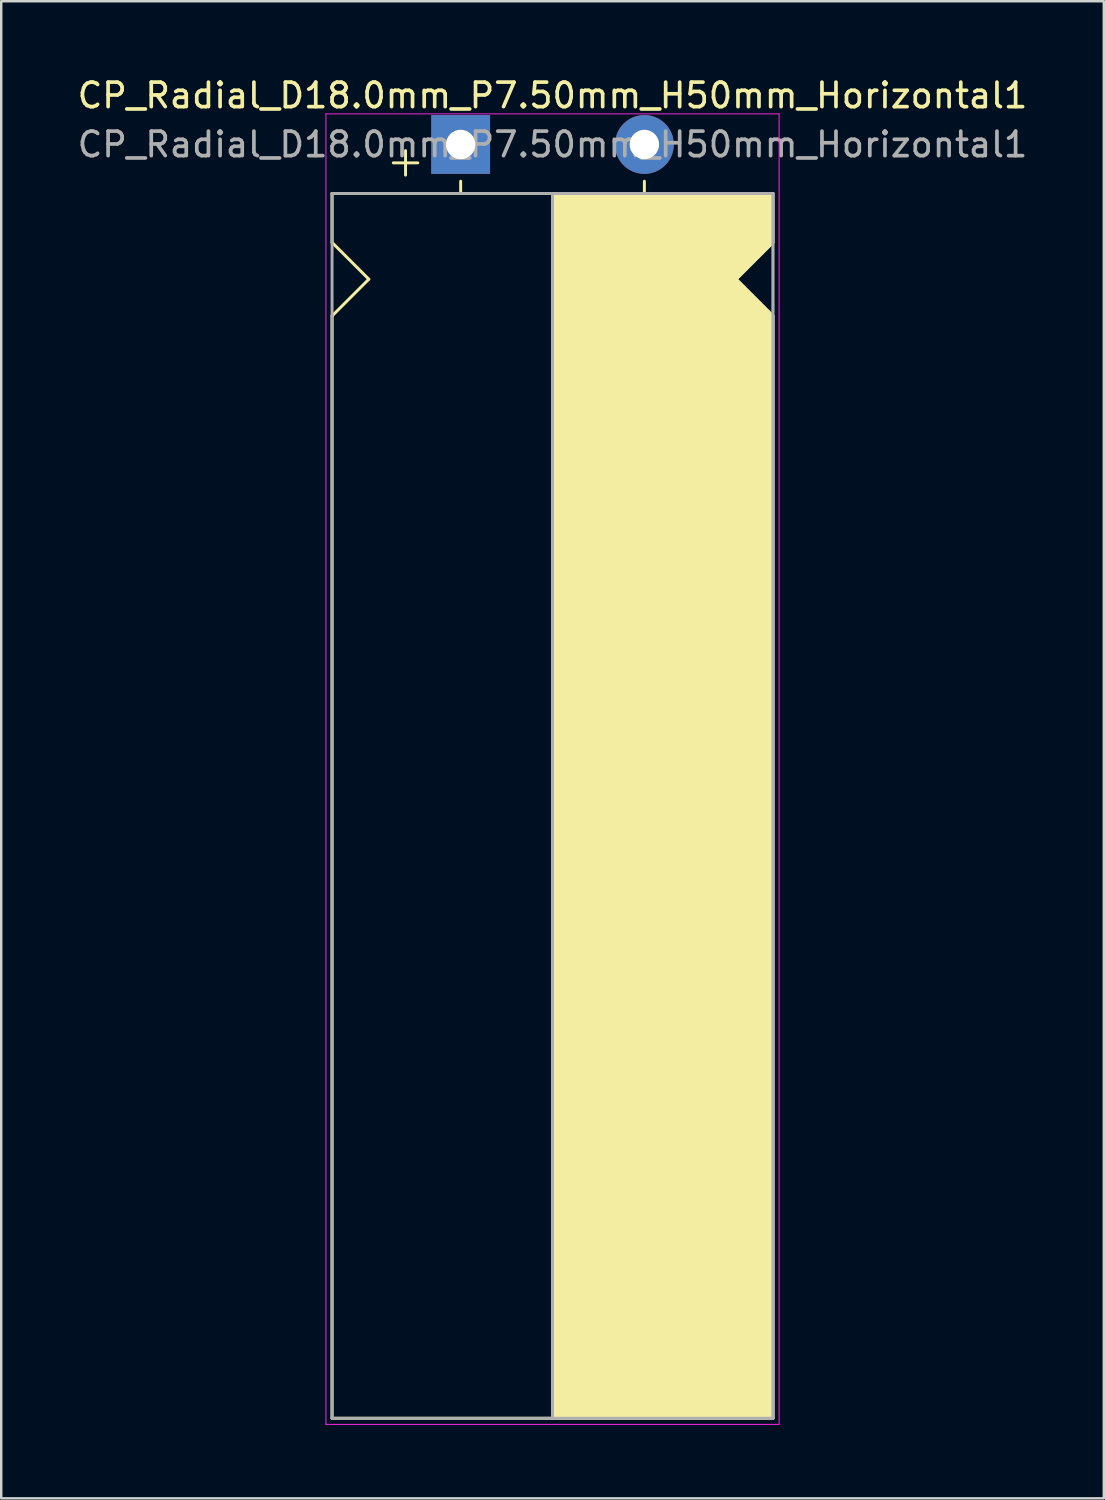
<source format=kicad_pcb>
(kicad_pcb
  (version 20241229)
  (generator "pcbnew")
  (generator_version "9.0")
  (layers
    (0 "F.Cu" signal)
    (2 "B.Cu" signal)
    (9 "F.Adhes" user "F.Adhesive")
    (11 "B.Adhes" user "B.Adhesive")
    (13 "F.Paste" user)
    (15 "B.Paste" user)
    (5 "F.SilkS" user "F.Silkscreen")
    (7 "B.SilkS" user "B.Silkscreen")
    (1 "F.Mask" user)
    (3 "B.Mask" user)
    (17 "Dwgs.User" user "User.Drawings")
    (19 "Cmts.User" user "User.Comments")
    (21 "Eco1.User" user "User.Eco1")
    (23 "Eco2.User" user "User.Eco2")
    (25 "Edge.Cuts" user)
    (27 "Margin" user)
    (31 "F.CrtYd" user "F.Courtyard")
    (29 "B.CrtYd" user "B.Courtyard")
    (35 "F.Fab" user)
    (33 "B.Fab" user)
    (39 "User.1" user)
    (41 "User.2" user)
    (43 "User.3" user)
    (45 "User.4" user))
  (footprint "CP_Radial_D18.0mm_P7.50mm_H50mm_Horizontal1"
    (layer "F.Cu")
    (at 15.756 2.848)
    (property "Reference" "CP_Radial_D18.0mm_P7.50mm_H50mm_Horizontal1" (at 3.75 -2 0) (layer "F.SilkS") (effects (font (size 1 1) (thickness 0.15))))
    (attr through_hole)
    (fp_line (start -5.25 2) (end -5.25 4) (stroke (width 0.12) (type solid)) (layer "F.SilkS"))
    (fp_line (start -5.25 2) (end 12.75 2) (stroke (width 0.12) (type solid)) (layer "F.SilkS"))
    (fp_line (start -5.25 4) (end -3.75 5.5) (stroke (width 0.12) (type solid)) (layer "F.SilkS"))
    (fp_line (start -5.25 7) (end -5.25 52) (stroke (width 0.12) (type solid)) (layer "F.SilkS"))
    (fp_line (start -5.25 7) (end -3.75 5.5) (stroke (width 0.12) (type solid)) (layer "F.SilkS"))
    (fp_line (start -5.25 52) (end 12.75 52) (stroke (width 0.12) (type solid)) (layer "F.SilkS"))
    (fp_line (start -2.25 0.25) (end -2.25 1.25) (stroke (width 0.12) (type solid)) (layer "F.SilkS"))
    (fp_line (start -1.75 0.75) (end -2.75 0.75) (stroke (width 0.12) (type solid)) (layer "F.SilkS"))
    (fp_line (start 0 1.5) (end 0 2) (stroke (width 0.12) (type solid)) (layer "F.SilkS"))
    (fp_line (start 3.75 2) (end 3.75 52) (stroke (width 0.12) (type solid)) (layer "F.SilkS"))
    (fp_line (start 7.5 1.5) (end 7.5 2) (stroke (width 0.12) (type solid)) (layer "F.SilkS"))
    (fp_line (start 12.75 2) (end 12.75 4) (stroke (width 0.12) (type solid)) (layer "F.SilkS"))
    (fp_line (start 12.75 4) (end 11.25 5.5) (stroke (width 0.12) (type solid)) (layer "F.SilkS"))
    (fp_line (start 12.75 7) (end 11.25 5.5) (stroke (width 0.12) (type solid)) (layer "F.SilkS"))
    (fp_line (start 12.75 52) (end 12.75 7) (stroke (width 0.12) (type solid)) (layer "F.SilkS"))
    (fp_poly (pts (xy 12.75 4) (xy 11.25 5.5) (xy 12.75 7) (xy 12.75 52) (xy 3.75 52) (xy 3.75 2) (xy 12.75 2)) (stroke (width 0.1) (type solid)) (fill yes) (layer "F.SilkS"))
    (fp_line (start -5.5 -1.25) (end -5.5 52.25) (stroke (width 0.04) (type solid)) (layer "F.CrtYd"))
    (fp_line (start -5.5 52.25) (end 13 52.25) (stroke (width 0.04) (type solid)) (layer "F.CrtYd"))
    (fp_line (start 13 -1.25) (end -5.5 -1.25) (stroke (width 0.04) (type solid)) (layer "F.CrtYd"))
    (fp_line (start 13 52.25) (end 13 -1.25) (stroke (width 0.04) (type solid)) (layer "F.CrtYd"))
    (fp_line (start -5.25 2) (end -5.25 52) (stroke (width 0.12) (type solid)) (layer "F.Fab"))
    (fp_line (start -5.25 52) (end 12.75 52) (stroke (width 0.12) (type solid)) (layer "F.Fab"))
    (fp_line (start 3.75 2) (end 3.75 52) (stroke (width 0.12) (type solid)) (layer "F.Fab"))
    (fp_line (start 12.75 2) (end -5.25 2) (stroke (width 0.12) (type solid)) (layer "F.Fab"))
    (fp_line (start 12.75 52) (end 12.75 2) (stroke (width 0.12) (type solid)) (layer "F.Fab"))
    (fp_poly (pts (xy 12.75 52) (xy 3.75 52) (xy 3.75 2) (xy 12.75 2)) (stroke (width 0.1) (type solid)) (fill no) (layer "F.Fab"))
    (fp_text user "${REFERENCE}" (at 3.75 0 0) (layer "F.Fab") (effects (font (size 1 1) (thickness 0.15))))
    (pad "1" thru_hole rect (at 0 0) (size 2.4 2.4) (drill 1.2) (layers "*.Cu" "*.Mask"))
    (pad "2" thru_hole circle (at 7.5 0) (size 2.4 2.4) (drill 1.2) (layers "*.Cu" "*.Mask")))
  (gr_rect
    (start -3 -3)
    (end 42.012 58.118)
    (stroke (width 0.1) (type default))
    (fill no)
    (layer "Edge.Cuts")))
</source>
